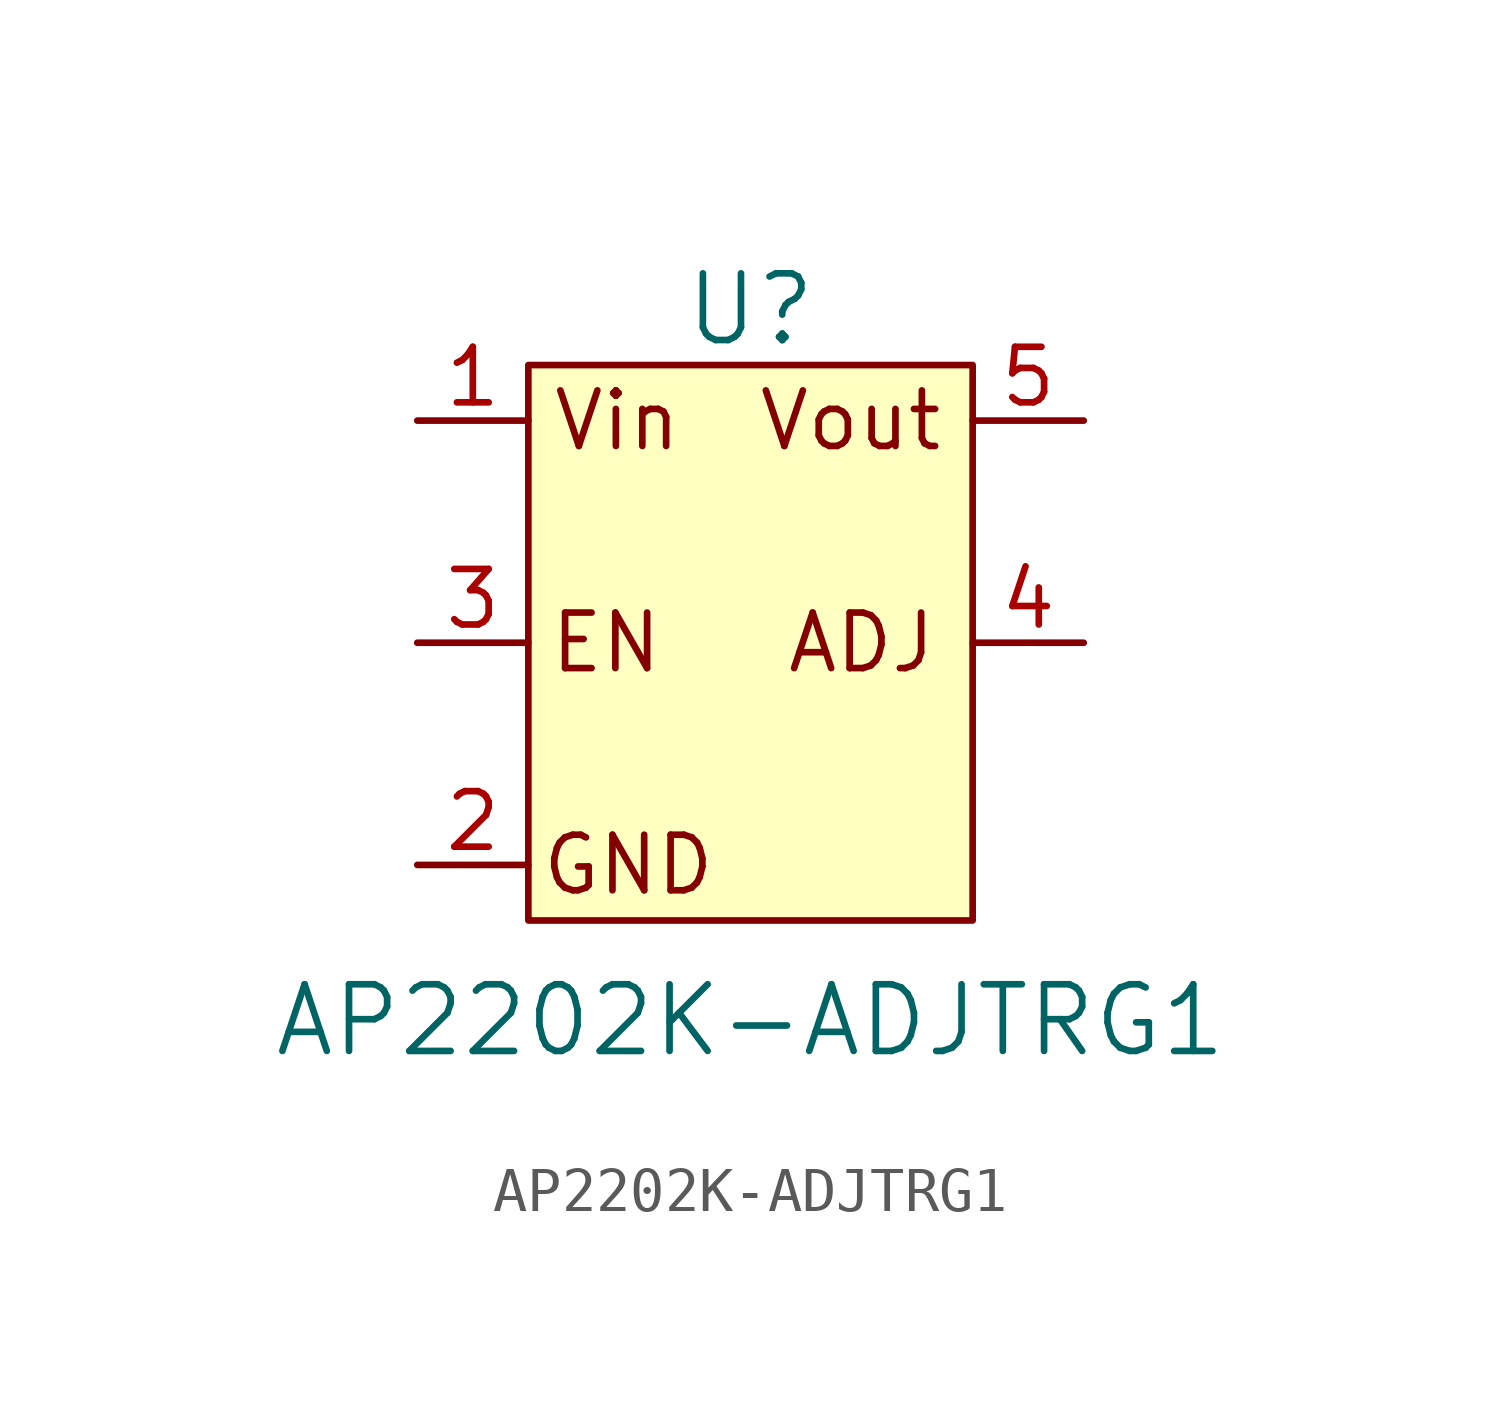
<source format=kicad_sym>
(kicad_symbol_lib
  (version 20220914)
  (generator kicad_symbol_editor)
  (symbol "AP2202K-ADJTRG1"
    (pin_names
      (offset 0) hide)
    (property "Reference" "U"
      (at 0 7.62 0)
      (effects (font (size 1.524 1.524))))
    (property "Value" "AP2202K-ADJTRG1"
      (at 0 -8.636 0)
      (effects (font (size 1.524 1.524))))
    (symbol "AP2202K-ADJTRG1_0_0"
      (rectangle (start -5.08 6.35) (end 5.08 -6.35) (stroke (width 0) (type default)) (fill (type background)))
      (text "ADJ" (at 2.54 0 0) (effects (font (size 1.27 1.27))))
      (text "EN" (at -3.302 0 0) (effects (font (size 1.27 1.27))))
      (text "GND" (at -2.794 -5.08 0) (effects (font (size 1.27 1.27))))
      (text "Vin" (at -3.048 5.08 0) (effects (font (size 1.27 1.27))))
      (text "Vout" (at 2.286 5.08 0) (effects (font (size 1.27 1.27)))))
    (symbol "AP2202K-ADJTRG1_1_1"
      (pin input line (at -7.62 5.08 0) (length 2.54) (name "Vin" (effects (font (size 1.27 1.27)))) (number "1" (effects (font (size 1.27 1.27)))))
      (pin input line (at -7.62 -5.08 0) (length 2.54) (name "GND" (effects (font (size 1.27 1.27)))) (number "2" (effects (font (size 1.27 1.27)))))
      (pin input line (at -7.62 0 0) (length 2.54) (name "EN" (effects (font (size 1.27 1.27)))) (number "3" (effects (font (size 1.27 1.27)))))
      (pin input line (at 7.62 0 180) (length 2.54) (name "ADJ" (effects (font (size 1.27 1.27)))) (number "4" (effects (font (size 1.27 1.27)))))
      (pin input line (at 7.62 5.08 180) (length 2.54) (name "Vout" (effects (font (size 1.27 1.27)))) (number "5" (effects (font (size 1.27 1.27))))))))
</source>
